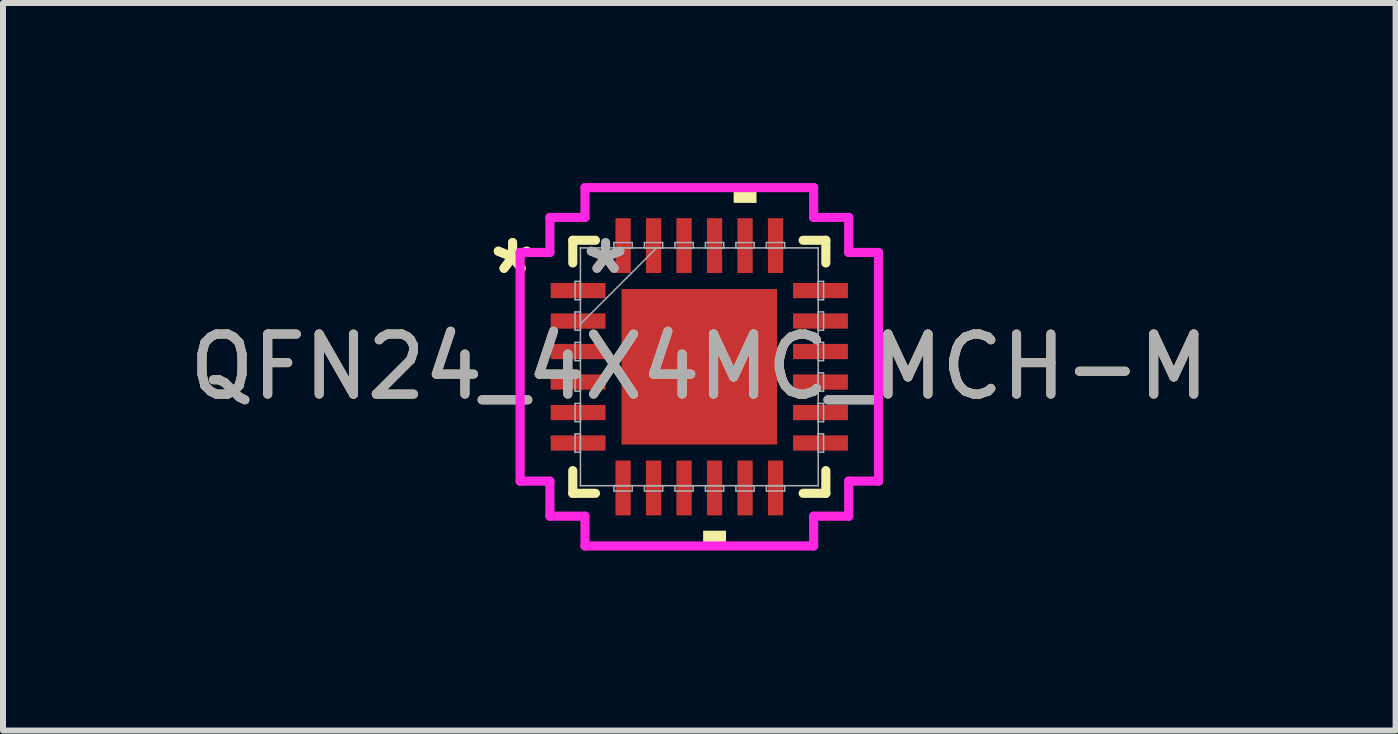
<source format=kicad_pcb>
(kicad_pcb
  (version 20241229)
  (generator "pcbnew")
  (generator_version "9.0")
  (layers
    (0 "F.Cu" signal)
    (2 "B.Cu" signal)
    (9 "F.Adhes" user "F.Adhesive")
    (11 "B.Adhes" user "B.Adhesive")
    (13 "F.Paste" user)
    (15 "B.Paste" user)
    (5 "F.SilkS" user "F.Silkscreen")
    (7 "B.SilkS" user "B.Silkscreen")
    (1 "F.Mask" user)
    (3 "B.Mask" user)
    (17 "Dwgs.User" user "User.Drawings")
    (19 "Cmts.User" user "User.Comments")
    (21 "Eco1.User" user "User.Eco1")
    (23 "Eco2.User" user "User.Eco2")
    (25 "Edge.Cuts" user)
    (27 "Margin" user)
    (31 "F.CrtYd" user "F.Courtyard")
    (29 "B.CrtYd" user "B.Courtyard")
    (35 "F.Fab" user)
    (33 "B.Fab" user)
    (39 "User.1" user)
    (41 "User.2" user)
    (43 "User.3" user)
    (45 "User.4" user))
  (footprint "QFN24_4X4MC_MCH-M"
    (layer "F.Cu")
    (at 8.601 3.061)
    (property "Reference" "QFN24_4X4MC_MCH-M" (at 0 0 0) (unlocked yes) (layer "F.SilkS") (effects (font (size 1 1) (thickness 0.15))))
    (attr smd)
    (fp_poly (pts (xy -1.359 -1.359) (xy -0.987 -1.359) (xy -0.987 1.359) (xy -1.359 1.359)) (stroke (width 0) (type solid)) (fill yes) (layer "F.Mask"))
    (fp_poly (pts (xy -1.359 -1.359) (xy 1.359 -1.359) (xy 1.359 -0.987) (xy -1.359 -0.987)) (stroke (width 0) (type solid)) (fill yes) (layer "F.Mask"))
    (fp_poly (pts (xy -1.359 -0.587) (xy 1.359 -0.587) (xy 1.359 -0.2) (xy -1.359 -0.2)) (stroke (width 0) (type solid)) (fill yes) (layer "F.Mask"))
    (fp_poly (pts (xy -1.359 0.2) (xy 1.359 0.2) (xy 1.359 0.587) (xy -1.359 0.587)) (stroke (width 0) (type solid)) (fill yes) (layer "F.Mask"))
    (fp_poly (pts (xy -1.359 0.987) (xy 1.359 0.987) (xy 1.359 1.359) (xy -1.359 1.359)) (stroke (width 0) (type solid)) (fill yes) (layer "F.Mask"))
    (fp_poly (pts (xy -0.2 -1.359) (xy -0.587 -1.359) (xy -0.587 1.359) (xy -0.2 1.359)) (stroke (width 0) (type solid)) (fill yes) (layer "F.Mask"))
    (fp_poly (pts (xy 0.587 -1.359) (xy 0.2 -1.359) (xy 0.2 1.359) (xy 0.587 1.359)) (stroke (width 0) (type solid)) (fill yes) (layer "F.Mask"))
    (fp_poly (pts (xy 0.987 -1.359) (xy 1.359 -1.359) (xy 1.359 1.359) (xy 0.987 1.359)) (stroke (width 0) (type solid)) (fill yes) (layer "F.Mask"))
    (fp_line (start -2.108 -2.108) (end -2.108 -1.73) (stroke (width 0.152) (type solid)) (layer "F.SilkS"))
    (fp_line (start -2.108 1.73) (end -2.108 2.108) (stroke (width 0.152) (type solid)) (layer "F.SilkS"))
    (fp_line (start -2.108 2.108) (end -1.73 2.108) (stroke (width 0.152) (type solid)) (layer "F.SilkS"))
    (fp_line (start -1.73 -2.108) (end -2.108 -2.108) (stroke (width 0.152) (type solid)) (layer "F.SilkS"))
    (fp_line (start 1.73 2.108) (end 2.108 2.108) (stroke (width 0.152) (type solid)) (layer "F.SilkS"))
    (fp_line (start 2.108 -2.108) (end 1.73 -2.108) (stroke (width 0.152) (type solid)) (layer "F.SilkS"))
    (fp_line (start 2.108 -1.73) (end 2.108 -2.108) (stroke (width 0.152) (type solid)) (layer "F.SilkS"))
    (fp_line (start 2.108 2.108) (end 2.108 1.73) (stroke (width 0.152) (type solid)) (layer "F.SilkS"))
    (fp_poly (pts (xy 0.064 2.731) (xy 0.064 2.985) (xy 0.445 2.985) (xy 0.445 2.731)) (stroke (width 0) (type solid)) (fill yes) (layer "F.SilkS"))
    (fp_poly (pts (xy 0.572 -2.731) (xy 0.572 -2.985) (xy 0.953 -2.985) (xy 0.953 -2.731)) (stroke (width 0) (type solid)) (fill yes) (layer "F.SilkS"))
    (fp_poly (pts (xy -1.22 -1.22) (xy -1.22 -0.887) (xy -1.029 -0.887) (xy -0.887 -1.029) (xy -0.887 -1.22)) (stroke (width 0) (type solid)) (fill yes) (layer "F.Paste"))
    (fp_poly (pts (xy -1.22 0.887) (xy -1.22 1.22) (xy -0.887 1.22) (xy -0.887 1.029) (xy -1.029 0.887)) (stroke (width 0) (type solid)) (fill yes) (layer "F.Paste"))
    (fp_poly (pts (xy 0.887 -1.22) (xy 0.887 -1.029) (xy 1.029 -0.887) (xy 1.22 -0.887) (xy 1.22 -1.22)) (stroke (width 0) (type solid)) (fill yes) (layer "F.Paste"))
    (fp_poly (pts (xy 1.029 0.887) (xy 0.887 1.029) (xy 0.887 1.22) (xy 1.22 1.22) (xy 1.22 0.887)) (stroke (width 0) (type solid)) (fill yes) (layer "F.Paste"))
    (fp_poly (pts (xy -1.22 -0.687) (xy -1.22 -0.1) (xy -1.029 -0.1) (xy -0.887 -0.241) (xy -0.887 -0.546) (xy -1.029 -0.687)) (stroke (width 0) (type solid)) (fill yes) (layer "F.Paste"))
    (fp_poly (pts (xy -1.22 0.1) (xy -1.22 0.687) (xy -1.029 0.687) (xy -0.887 0.546) (xy -0.887 0.241) (xy -1.029 0.1)) (stroke (width 0) (type solid)) (fill yes) (layer "F.Paste"))
    (fp_poly (pts (xy -0.687 -1.22) (xy -0.687 -1.029) (xy -0.546 -0.887) (xy -0.241 -0.887) (xy -0.1 -1.029) (xy -0.1 -1.22)) (stroke (width 0) (type solid)) (fill yes) (layer "F.Paste"))
    (fp_poly (pts (xy -0.546 0.887) (xy -0.687 1.029) (xy -0.687 1.22) (xy -0.1 1.22) (xy -0.1 1.029) (xy -0.241 0.887)) (stroke (width 0) (type solid)) (fill yes) (layer "F.Paste"))
    (fp_poly (pts (xy 0.1 -1.22) (xy 0.1 -1.029) (xy 0.241 -0.887) (xy 0.546 -0.887) (xy 0.687 -1.029) (xy 0.687 -1.22)) (stroke (width 0) (type solid)) (fill yes) (layer "F.Paste"))
    (fp_poly (pts (xy 0.241 0.887) (xy 0.1 1.029) (xy 0.1 1.22) (xy 0.687 1.22) (xy 0.687 1.029) (xy 0.546 0.887)) (stroke (width 0) (type solid)) (fill yes) (layer "F.Paste"))
    (fp_poly (pts (xy 1.029 -0.687) (xy 0.887 -0.546) (xy 0.887 -0.241) (xy 1.029 -0.1) (xy 1.22 -0.1) (xy 1.22 -0.687)) (stroke (width 0) (type solid)) (fill yes) (layer "F.Paste"))
    (fp_poly (pts (xy 1.029 0.1) (xy 0.887 0.241) (xy 0.887 0.546) (xy 1.029 0.687) (xy 1.22 0.687) (xy 1.22 0.1)) (stroke (width 0) (type solid)) (fill yes) (layer "F.Paste"))
    (fp_poly (pts (xy -0.546 -0.687) (xy -0.687 -0.546) (xy -0.687 -0.241) (xy -0.546 -0.1) (xy -0.241 -0.1) (xy -0.1 -0.241) (xy -0.1 -0.546) (xy -0.241 -0.687)) (stroke (width 0) (type solid)) (fill yes) (layer "F.Paste"))
    (fp_poly (pts (xy -0.546 0.1) (xy -0.687 0.241) (xy -0.687 0.546) (xy -0.546 0.687) (xy -0.241 0.687) (xy -0.1 0.546) (xy -0.1 0.241) (xy -0.241 0.1)) (stroke (width 0) (type solid)) (fill yes) (layer "F.Paste"))
    (fp_poly (pts (xy 0.241 -0.687) (xy 0.1 -0.546) (xy 0.1 -0.241) (xy 0.241 -0.1) (xy 0.546 -0.1) (xy 0.687 -0.241) (xy 0.687 -0.546) (xy 0.546 -0.687)) (stroke (width 0) (type solid)) (fill yes) (layer "F.Paste"))
    (fp_poly (pts (xy 0.241 0.1) (xy 0.1 0.241) (xy 0.1 0.546) (xy 0.241 0.687) (xy 0.546 0.687) (xy 0.687 0.546) (xy 0.687 0.241) (xy 0.546 0.1)) (stroke (width 0) (type solid)) (fill yes) (layer "F.Paste"))
    (fp_circle (center -0.787 -0.787) (end -0.47 -0.787) (stroke (width 0.127) (type solid)) (fill no) (layer "Eco1.User"))
    (fp_circle (center -0.787 0) (end -0.47 0) (stroke (width 0.127) (type solid)) (fill no) (layer "Eco1.User"))
    (fp_circle (center -0.787 0.787) (end -0.47 0.787) (stroke (width 0.127) (type solid)) (fill no) (layer "Eco1.User"))
    (fp_circle (center 0 -0.787) (end 0.318 -0.787) (stroke (width 0.127) (type solid)) (fill no) (layer "Eco1.User"))
    (fp_circle (center 0 0) (end 0.318 0) (stroke (width 0.127) (type solid)) (fill no) (layer "Eco1.User"))
    (fp_circle (center 0 0.787) (end 0.318 0.787) (stroke (width 0.127) (type solid)) (fill no) (layer "Eco1.User"))
    (fp_circle (center 0.787 -0.787) (end 1.105 -0.787) (stroke (width 0.127) (type solid)) (fill no) (layer "Eco1.User"))
    (fp_circle (center 0.787 0) (end 1.105 0) (stroke (width 0.127) (type solid)) (fill no) (layer "Eco1.User"))
    (fp_circle (center 0.787 0.787) (end 1.105 0.787) (stroke (width 0.127) (type solid)) (fill no) (layer "Eco1.User"))
    (fp_line (start -2.985 -1.905) (end -2.489 -1.905) (stroke (width 0.152) (type solid)) (layer "F.CrtYd"))
    (fp_line (start -2.985 1.905) (end -2.985 -1.905) (stroke (width 0.152) (type solid)) (layer "F.CrtYd"))
    (fp_line (start -2.489 -2.489) (end -1.905 -2.489) (stroke (width 0.152) (type solid)) (layer "F.CrtYd"))
    (fp_line (start -2.489 -1.905) (end -2.489 -2.489) (stroke (width 0.152) (type solid)) (layer "F.CrtYd"))
    (fp_line (start -2.489 1.905) (end -2.985 1.905) (stroke (width 0.152) (type solid)) (layer "F.CrtYd"))
    (fp_line (start -2.489 2.489) (end -2.489 1.905) (stroke (width 0.152) (type solid)) (layer "F.CrtYd"))
    (fp_line (start -1.905 -2.985) (end 1.905 -2.985) (stroke (width 0.152) (type solid)) (layer "F.CrtYd"))
    (fp_line (start -1.905 -2.489) (end -1.905 -2.985) (stroke (width 0.152) (type solid)) (layer "F.CrtYd"))
    (fp_line (start -1.905 2.489) (end -2.489 2.489) (stroke (width 0.152) (type solid)) (layer "F.CrtYd"))
    (fp_line (start -1.905 2.985) (end -1.905 2.489) (stroke (width 0.152) (type solid)) (layer "F.CrtYd"))
    (fp_line (start 1.905 -2.985) (end 1.905 -2.489) (stroke (width 0.152) (type solid)) (layer "F.CrtYd"))
    (fp_line (start 1.905 -2.489) (end 2.489 -2.489) (stroke (width 0.152) (type solid)) (layer "F.CrtYd"))
    (fp_line (start 1.905 2.489) (end 1.905 2.985) (stroke (width 0.152) (type solid)) (layer "F.CrtYd"))
    (fp_line (start 1.905 2.985) (end -1.905 2.985) (stroke (width 0.152) (type solid)) (layer "F.CrtYd"))
    (fp_line (start 2.489 -2.489) (end 2.489 -1.905) (stroke (width 0.152) (type solid)) (layer "F.CrtYd"))
    (fp_line (start 2.489 -1.905) (end 2.985 -1.905) (stroke (width 0.152) (type solid)) (layer "F.CrtYd"))
    (fp_line (start 2.489 1.905) (end 2.489 2.489) (stroke (width 0.152) (type solid)) (layer "F.CrtYd"))
    (fp_line (start 2.489 2.489) (end 1.905 2.489) (stroke (width 0.152) (type solid)) (layer "F.CrtYd"))
    (fp_line (start 2.985 -1.905) (end 2.985 1.905) (stroke (width 0.152) (type solid)) (layer "F.CrtYd"))
    (fp_line (start 2.985 1.905) (end 2.489 1.905) (stroke (width 0.152) (type solid)) (layer "F.CrtYd"))
    (fp_line (start -2.07 -1.422) (end -2.07 -1.118) (stroke (width 0.025) (type solid)) (layer "F.Fab"))
    (fp_line (start -2.07 -1.118) (end -1.981 -1.118) (stroke (width 0.025) (type solid)) (layer "F.Fab"))
    (fp_line (start -2.07 -0.914) (end -2.07 -0.61) (stroke (width 0.025) (type solid)) (layer "F.Fab"))
    (fp_line (start -2.07 -0.61) (end -1.981 -0.61) (stroke (width 0.025) (type solid)) (layer "F.Fab"))
    (fp_line (start -2.07 -0.406) (end -2.07 -0.102) (stroke (width 0.025) (type solid)) (layer "F.Fab"))
    (fp_line (start -2.07 -0.102) (end -1.981 -0.102) (stroke (width 0.025) (type solid)) (layer "F.Fab"))
    (fp_line (start -2.07 0.102) (end -2.07 0.406) (stroke (width 0.025) (type solid)) (layer "F.Fab"))
    (fp_line (start -2.07 0.406) (end -1.981 0.406) (stroke (width 0.025) (type solid)) (layer "F.Fab"))
    (fp_line (start -2.07 0.61) (end -2.07 0.914) (stroke (width 0.025) (type solid)) (layer "F.Fab"))
    (fp_line (start -2.07 0.914) (end -1.981 0.914) (stroke (width 0.025) (type solid)) (layer "F.Fab"))
    (fp_line (start -2.07 1.118) (end -2.07 1.422) (stroke (width 0.025) (type solid)) (layer "F.Fab"))
    (fp_line (start -2.07 1.422) (end -1.981 1.422) (stroke (width 0.025) (type solid)) (layer "F.Fab"))
    (fp_line (start -1.981 -1.981) (end -1.981 -1.981) (stroke (width 0.025) (type solid)) (layer "F.Fab"))
    (fp_line (start -1.981 -1.981) (end -1.981 1.981) (stroke (width 0.025) (type solid)) (layer "F.Fab"))
    (fp_line (start -1.981 -1.422) (end -2.07 -1.422) (stroke (width 0.025) (type solid)) (layer "F.Fab"))
    (fp_line (start -1.981 -1.118) (end -1.981 -1.422) (stroke (width 0.025) (type solid)) (layer "F.Fab"))
    (fp_line (start -1.981 -0.914) (end -2.07 -0.914) (stroke (width 0.025) (type solid)) (layer "F.Fab"))
    (fp_line (start -1.981 -0.711) (end -0.711 -1.981) (stroke (width 0.025) (type solid)) (layer "F.Fab"))
    (fp_line (start -1.981 -0.61) (end -1.981 -0.914) (stroke (width 0.025) (type solid)) (layer "F.Fab"))
    (fp_line (start -1.981 -0.406) (end -2.07 -0.406) (stroke (width 0.025) (type solid)) (layer "F.Fab"))
    (fp_line (start -1.981 -0.102) (end -1.981 -0.406) (stroke (width 0.025) (type solid)) (layer "F.Fab"))
    (fp_line (start -1.981 0.102) (end -2.07 0.102) (stroke (width 0.025) (type solid)) (layer "F.Fab"))
    (fp_line (start -1.981 0.406) (end -1.981 0.102) (stroke (width 0.025) (type solid)) (layer "F.Fab"))
    (fp_line (start -1.981 0.61) (end -2.07 0.61) (stroke (width 0.025) (type solid)) (layer "F.Fab"))
    (fp_line (start -1.981 0.914) (end -1.981 0.61) (stroke (width 0.025) (type solid)) (layer "F.Fab"))
    (fp_line (start -1.981 1.118) (end -2.07 1.118) (stroke (width 0.025) (type solid)) (layer "F.Fab"))
    (fp_line (start -1.981 1.422) (end -1.981 1.118) (stroke (width 0.025) (type solid)) (layer "F.Fab"))
    (fp_line (start -1.981 1.981) (end -1.981 1.981) (stroke (width 0.025) (type solid)) (layer "F.Fab"))
    (fp_line (start -1.981 1.981) (end 1.981 1.981) (stroke (width 0.025) (type solid)) (layer "F.Fab"))
    (fp_line (start -1.422 -2.07) (end -1.422 -1.981) (stroke (width 0.025) (type solid)) (layer "F.Fab"))
    (fp_line (start -1.422 -1.981) (end -1.118 -1.981) (stroke (width 0.025) (type solid)) (layer "F.Fab"))
    (fp_line (start -1.422 1.981) (end -1.422 2.07) (stroke (width 0.025) (type solid)) (layer "F.Fab"))
    (fp_line (start -1.422 2.07) (end -1.118 2.07) (stroke (width 0.025) (type solid)) (layer "F.Fab"))
    (fp_line (start -1.118 -2.07) (end -1.422 -2.07) (stroke (width 0.025) (type solid)) (layer "F.Fab"))
    (fp_line (start -1.118 -1.981) (end -1.118 -2.07) (stroke (width 0.025) (type solid)) (layer "F.Fab"))
    (fp_line (start -1.118 1.981) (end -1.422 1.981) (stroke (width 0.025) (type solid)) (layer "F.Fab"))
    (fp_line (start -1.118 2.07) (end -1.118 1.981) (stroke (width 0.025) (type solid)) (layer "F.Fab"))
    (fp_line (start -0.914 -2.07) (end -0.914 -1.981) (stroke (width 0.025) (type solid)) (layer "F.Fab"))
    (fp_line (start -0.914 -1.981) (end -0.61 -1.981) (stroke (width 0.025) (type solid)) (layer "F.Fab"))
    (fp_line (start -0.914 1.981) (end -0.914 2.07) (stroke (width 0.025) (type solid)) (layer "F.Fab"))
    (fp_line (start -0.914 2.07) (end -0.61 2.07) (stroke (width 0.025) (type solid)) (layer "F.Fab"))
    (fp_line (start -0.61 -2.07) (end -0.914 -2.07) (stroke (width 0.025) (type solid)) (layer "F.Fab"))
    (fp_line (start -0.61 -1.981) (end -0.61 -2.07) (stroke (width 0.025) (type solid)) (layer "F.Fab"))
    (fp_line (start -0.61 1.981) (end -0.914 1.981) (stroke (width 0.025) (type solid)) (layer "F.Fab"))
    (fp_line (start -0.61 2.07) (end -0.61 1.981) (stroke (width 0.025) (type solid)) (layer "F.Fab"))
    (fp_line (start -0.406 -2.07) (end -0.406 -1.981) (stroke (width 0.025) (type solid)) (layer "F.Fab"))
    (fp_line (start -0.406 -1.981) (end -0.102 -1.981) (stroke (width 0.025) (type solid)) (layer "F.Fab"))
    (fp_line (start -0.406 1.981) (end -0.406 2.07) (stroke (width 0.025) (type solid)) (layer "F.Fab"))
    (fp_line (start -0.406 2.07) (end -0.102 2.07) (stroke (width 0.025) (type solid)) (layer "F.Fab"))
    (fp_line (start -0.102 -2.07) (end -0.406 -2.07) (stroke (width 0.025) (type solid)) (layer "F.Fab"))
    (fp_line (start -0.102 -1.981) (end -0.102 -2.07) (stroke (width 0.025) (type solid)) (layer "F.Fab"))
    (fp_line (start -0.102 1.981) (end -0.406 1.981) (stroke (width 0.025) (type solid)) (layer "F.Fab"))
    (fp_line (start -0.102 2.07) (end -0.102 1.981) (stroke (width 0.025) (type solid)) (layer "F.Fab"))
    (fp_line (start 0.102 -2.07) (end 0.102 -1.981) (stroke (width 0.025) (type solid)) (layer "F.Fab"))
    (fp_line (start 0.102 -1.981) (end 0.406 -1.981) (stroke (width 0.025) (type solid)) (layer "F.Fab"))
    (fp_line (start 0.102 1.981) (end 0.102 2.07) (stroke (width 0.025) (type solid)) (layer "F.Fab"))
    (fp_line (start 0.102 2.07) (end 0.406 2.07) (stroke (width 0.025) (type solid)) (layer "F.Fab"))
    (fp_line (start 0.406 -2.07) (end 0.102 -2.07) (stroke (width 0.025) (type solid)) (layer "F.Fab"))
    (fp_line (start 0.406 -1.981) (end 0.406 -2.07) (stroke (width 0.025) (type solid)) (layer "F.Fab"))
    (fp_line (start 0.406 1.981) (end 0.102 1.981) (stroke (width 0.025) (type solid)) (layer "F.Fab"))
    (fp_line (start 0.406 2.07) (end 0.406 1.981) (stroke (width 0.025) (type solid)) (layer "F.Fab"))
    (fp_line (start 0.61 -2.07) (end 0.61 -1.981) (stroke (width 0.025) (type solid)) (layer "F.Fab"))
    (fp_line (start 0.61 -1.981) (end 0.914 -1.981) (stroke (width 0.025) (type solid)) (layer "F.Fab"))
    (fp_line (start 0.61 1.981) (end 0.61 2.07) (stroke (width 0.025) (type solid)) (layer "F.Fab"))
    (fp_line (start 0.61 2.07) (end 0.914 2.07) (stroke (width 0.025) (type solid)) (layer "F.Fab"))
    (fp_line (start 0.914 -2.07) (end 0.61 -2.07) (stroke (width 0.025) (type solid)) (layer "F.Fab"))
    (fp_line (start 0.914 -1.981) (end 0.914 -2.07) (stroke (width 0.025) (type solid)) (layer "F.Fab"))
    (fp_line (start 0.914 1.981) (end 0.61 1.981) (stroke (width 0.025) (type solid)) (layer "F.Fab"))
    (fp_line (start 0.914 2.07) (end 0.914 1.981) (stroke (width 0.025) (type solid)) (layer "F.Fab"))
    (fp_line (start 1.118 -2.07) (end 1.118 -1.981) (stroke (width 0.025) (type solid)) (layer "F.Fab"))
    (fp_line (start 1.118 -1.981) (end 1.422 -1.981) (stroke (width 0.025) (type solid)) (layer "F.Fab"))
    (fp_line (start 1.118 1.981) (end 1.118 2.07) (stroke (width 0.025) (type solid)) (layer "F.Fab"))
    (fp_line (start 1.118 2.07) (end 1.422 2.07) (stroke (width 0.025) (type solid)) (layer "F.Fab"))
    (fp_line (start 1.422 -2.07) (end 1.118 -2.07) (stroke (width 0.025) (type solid)) (layer "F.Fab"))
    (fp_line (start 1.422 -1.981) (end 1.422 -2.07) (stroke (width 0.025) (type solid)) (layer "F.Fab"))
    (fp_line (start 1.422 1.981) (end 1.118 1.981) (stroke (width 0.025) (type solid)) (layer "F.Fab"))
    (fp_line (start 1.422 2.07) (end 1.422 1.981) (stroke (width 0.025) (type solid)) (layer "F.Fab"))
    (fp_line (start 1.981 -1.981) (end -1.981 -1.981) (stroke (width 0.025) (type solid)) (layer "F.Fab"))
    (fp_line (start 1.981 -1.981) (end 1.981 -1.981) (stroke (width 0.025) (type solid)) (layer "F.Fab"))
    (fp_line (start 1.981 -1.422) (end 1.981 -1.118) (stroke (width 0.025) (type solid)) (layer "F.Fab"))
    (fp_line (start 1.981 -1.118) (end 2.07 -1.118) (stroke (width 0.025) (type solid)) (layer "F.Fab"))
    (fp_line (start 1.981 -0.914) (end 1.981 -0.61) (stroke (width 0.025) (type solid)) (layer "F.Fab"))
    (fp_line (start 1.981 -0.61) (end 2.07 -0.61) (stroke (width 0.025) (type solid)) (layer "F.Fab"))
    (fp_line (start 1.981 -0.406) (end 1.981 -0.102) (stroke (width 0.025) (type solid)) (layer "F.Fab"))
    (fp_line (start 1.981 -0.102) (end 2.07 -0.102) (stroke (width 0.025) (type solid)) (layer "F.Fab"))
    (fp_line (start 1.981 0.102) (end 1.981 0.406) (stroke (width 0.025) (type solid)) (layer "F.Fab"))
    (fp_line (start 1.981 0.406) (end 2.07 0.406) (stroke (width 0.025) (type solid)) (layer "F.Fab"))
    (fp_line (start 1.981 0.61) (end 1.981 0.914) (stroke (width 0.025) (type solid)) (layer "F.Fab"))
    (fp_line (start 1.981 0.914) (end 2.07 0.914) (stroke (width 0.025) (type solid)) (layer "F.Fab"))
    (fp_line (start 1.981 1.118) (end 1.981 1.422) (stroke (width 0.025) (type solid)) (layer "F.Fab"))
    (fp_line (start 1.981 1.422) (end 2.07 1.422) (stroke (width 0.025) (type solid)) (layer "F.Fab"))
    (fp_line (start 1.981 1.981) (end 1.981 -1.981) (stroke (width 0.025) (type solid)) (layer "F.Fab"))
    (fp_line (start 1.981 1.981) (end 1.981 1.981) (stroke (width 0.025) (type solid)) (layer "F.Fab"))
    (fp_line (start 2.07 -1.422) (end 1.981 -1.422) (stroke (width 0.025) (type solid)) (layer "F.Fab"))
    (fp_line (start 2.07 -1.118) (end 2.07 -1.422) (stroke (width 0.025) (type solid)) (layer "F.Fab"))
    (fp_line (start 2.07 -0.914) (end 1.981 -0.914) (stroke (width 0.025) (type solid)) (layer "F.Fab"))
    (fp_line (start 2.07 -0.61) (end 2.07 -0.914) (stroke (width 0.025) (type solid)) (layer "F.Fab"))
    (fp_line (start 2.07 -0.406) (end 1.981 -0.406) (stroke (width 0.025) (type solid)) (layer "F.Fab"))
    (fp_line (start 2.07 -0.102) (end 2.07 -0.406) (stroke (width 0.025) (type solid)) (layer "F.Fab"))
    (fp_line (start 2.07 0.102) (end 1.981 0.102) (stroke (width 0.025) (type solid)) (layer "F.Fab"))
    (fp_line (start 2.07 0.406) (end 2.07 0.102) (stroke (width 0.025) (type solid)) (layer "F.Fab"))
    (fp_line (start 2.07 0.61) (end 1.981 0.61) (stroke (width 0.025) (type solid)) (layer "F.Fab"))
    (fp_line (start 2.07 0.914) (end 2.07 0.61) (stroke (width 0.025) (type solid)) (layer "F.Fab"))
    (fp_line (start 2.07 1.118) (end 1.981 1.118) (stroke (width 0.025) (type solid)) (layer "F.Fab"))
    (fp_line (start 2.07 1.422) (end 2.07 1.118) (stroke (width 0.025) (type solid)) (layer "F.Fab"))
    (fp_text user "*" (at -3.111 -1.524 0) (unlocked yes) (layer "F.SilkS") (effects (font (size 1 1) (thickness 0.15))))
    (fp_text user "*" (at -3.111 -1.524 0) (layer "F.SilkS") (effects (font (size 1 1) (thickness 0.15))))
    (fp_text user "*" (at -1.562 -1.524 0) (unlocked yes) (layer "F.Fab") (effects (font (size 1 1) (thickness 0.15))))
    (fp_text user "${REFERENCE}" (at 0 0 0) (unlocked yes) (layer "F.Fab") (effects (font (size 1 1) (thickness 0.15))))
    (fp_text user "*" (at -1.562 -1.524 0) (layer "F.Fab") (effects (font (size 1 1) (thickness 0.15))))
    (pad "1" smd rect (at -2.019 -1.27 90) (size 0.254 0.914) (layers "F.Cu" "F.Mask" "F.Paste"))
    (pad "2" smd rect (at -2.019 -0.762 90) (size 0.254 0.914) (layers "F.Cu" "F.Mask" "F.Paste"))
    (pad "3" smd rect (at -2.019 -0.254 90) (size 0.254 0.914) (layers "F.Cu" "F.Mask" "F.Paste"))
    (pad "4" smd rect (at -2.019 0.254 90) (size 0.254 0.914) (layers "F.Cu" "F.Mask" "F.Paste"))
    (pad "5" smd rect (at -2.019 0.762 90) (size 0.254 0.914) (layers "F.Cu" "F.Mask" "F.Paste"))
    (pad "6" smd rect (at -2.019 1.27 90) (size 0.254 0.914) (layers "F.Cu" "F.Mask" "F.Paste"))
    (pad "7" smd rect (at -1.27 2.019) (size 0.254 0.914) (layers "F.Cu" "F.Mask" "F.Paste"))
    (pad "8" smd rect (at -0.762 2.019) (size 0.254 0.914) (layers "F.Cu" "F.Mask" "F.Paste"))
    (pad "9" smd rect (at -0.254 2.019) (size 0.254 0.914) (layers "F.Cu" "F.Mask" "F.Paste"))
    (pad "10" smd rect (at 0.254 2.019) (size 0.254 0.914) (layers "F.Cu" "F.Mask" "F.Paste"))
    (pad "11" smd rect (at 0.762 2.019) (size 0.254 0.914) (layers "F.Cu" "F.Mask" "F.Paste"))
    (pad "12" smd rect (at 1.27 2.019) (size 0.254 0.914) (layers "F.Cu" "F.Mask" "F.Paste"))
    (pad "13" smd rect (at 2.019 1.27 90) (size 0.254 0.914) (layers "F.Cu" "F.Mask" "F.Paste"))
    (pad "14" smd rect (at 2.019 0.762 90) (size 0.254 0.914) (layers "F.Cu" "F.Mask" "F.Paste"))
    (pad "15" smd rect (at 2.019 0.254 90) (size 0.254 0.914) (layers "F.Cu" "F.Mask" "F.Paste"))
    (pad "16" smd rect (at 2.019 -0.254 90) (size 0.254 0.914) (layers "F.Cu" "F.Mask" "F.Paste"))
    (pad "17" smd rect (at 2.019 -0.762 90) (size 0.254 0.914) (layers "F.Cu" "F.Mask" "F.Paste"))
    (pad "18" smd rect (at 2.019 -1.27 90) (size 0.254 0.914) (layers "F.Cu" "F.Mask" "F.Paste"))
    (pad "19" smd rect (at 1.27 -2.019) (size 0.254 0.914) (layers "F.Cu" "F.Mask" "F.Paste"))
    (pad "20" smd rect (at 0.762 -2.019) (size 0.254 0.914) (layers "F.Cu" "F.Mask" "F.Paste"))
    (pad "21" smd rect (at 0.254 -2.019) (size 0.254 0.914) (layers "F.Cu" "F.Mask" "F.Paste"))
    (pad "22" smd rect (at -0.254 -2.019) (size 0.254 0.914) (layers "F.Cu" "F.Mask" "F.Paste"))
    (pad "23" smd rect (at -0.762 -2.019) (size 0.254 0.914) (layers "F.Cu" "F.Mask" "F.Paste"))
    (pad "24" smd rect (at -1.27 -2.019) (size 0.254 0.914) (layers "F.Cu" "F.Mask" "F.Paste"))
    (pad "25" smd rect (at 0 0) (size 2.591 2.591) (layers "F.Cu")))
  (gr_rect
    (start -3 -3)
    (end 20.202 9.121)
    (stroke (width 0.1) (type default))
    (fill no)
    (layer "Edge.Cuts")))
</source>
